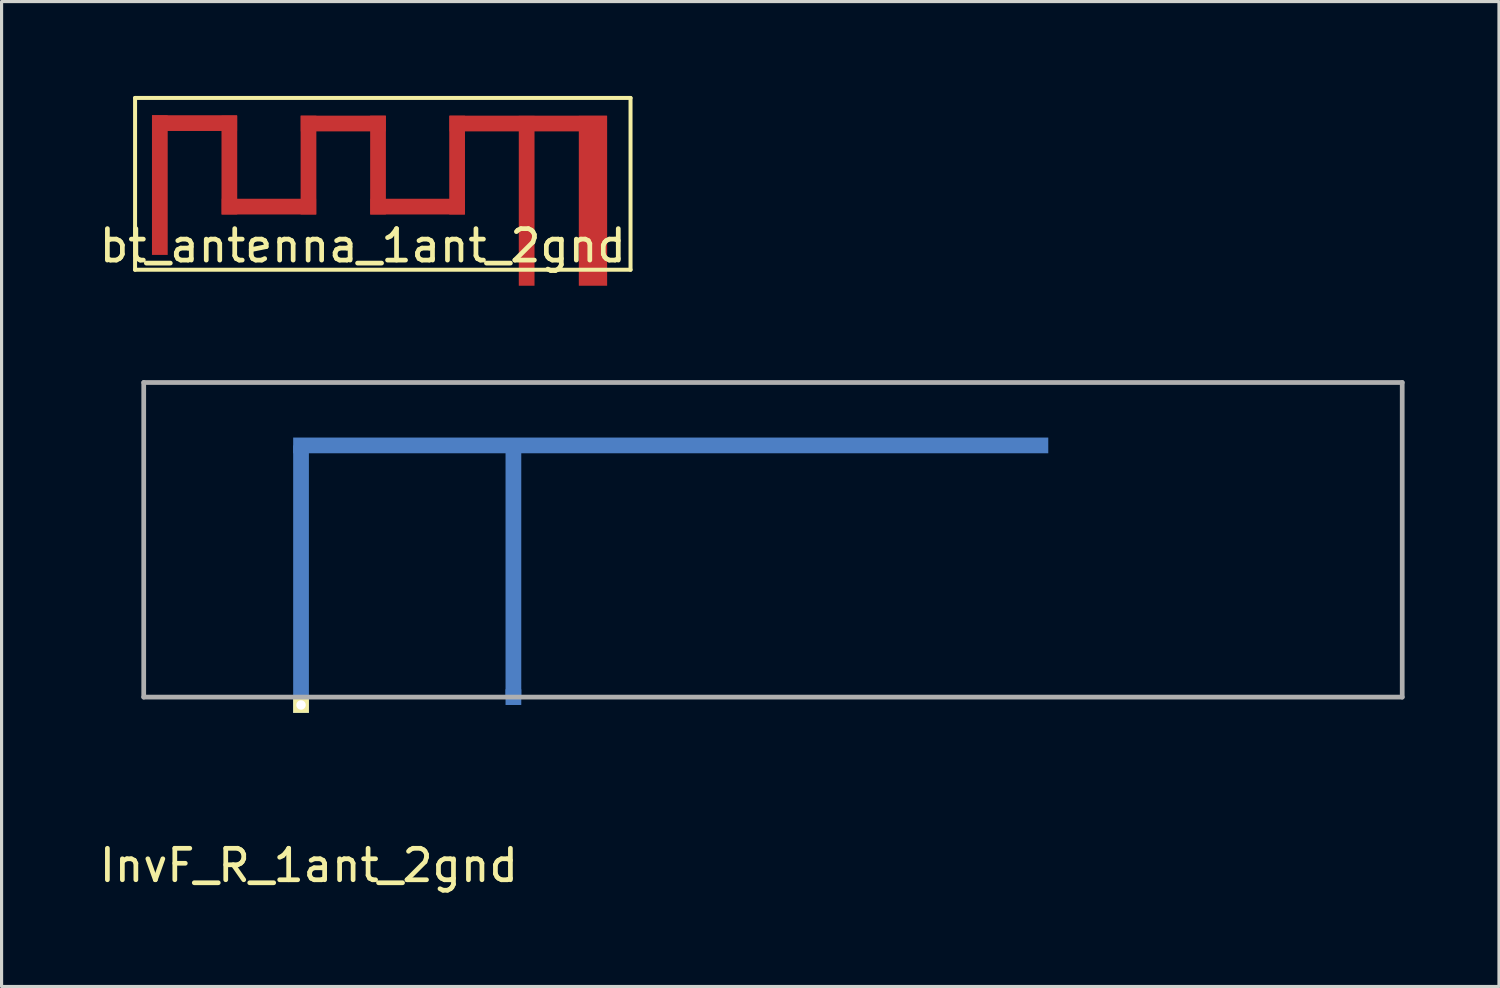
<source format=kicad_pcb>
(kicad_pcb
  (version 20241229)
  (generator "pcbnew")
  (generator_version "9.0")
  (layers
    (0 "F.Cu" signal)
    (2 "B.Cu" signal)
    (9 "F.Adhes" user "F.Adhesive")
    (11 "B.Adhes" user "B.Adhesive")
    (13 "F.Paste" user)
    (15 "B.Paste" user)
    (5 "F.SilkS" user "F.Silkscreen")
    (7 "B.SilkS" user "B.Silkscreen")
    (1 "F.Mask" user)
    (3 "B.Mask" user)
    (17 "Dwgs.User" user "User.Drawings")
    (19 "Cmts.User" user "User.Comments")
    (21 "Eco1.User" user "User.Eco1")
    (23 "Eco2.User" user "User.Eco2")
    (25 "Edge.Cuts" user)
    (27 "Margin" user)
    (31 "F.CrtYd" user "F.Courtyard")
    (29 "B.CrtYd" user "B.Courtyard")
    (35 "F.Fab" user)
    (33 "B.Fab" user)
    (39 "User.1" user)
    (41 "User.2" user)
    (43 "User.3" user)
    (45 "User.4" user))
  (footprint "InvF_R_1ant_2gnd"
    (layer "F.Cu")
    (at 6.518 19.107)
    (property "Reference" "InvF_R_1ant_2gnd" (at 0.25 5.35 0) (layer "F.SilkS") (effects (font (size 1 1) (thickness 0.15))))
    (attr exclude_from_pos_files exclude_from_bom)
    (fp_line (start -5 -10) (end 35 -10) (stroke (width 0.15) (type solid)) (layer "F.Fab"))
    (fp_line (start -5 0) (end -5 -10) (stroke (width 0.15) (type solid)) (layer "F.Fab"))
    (fp_line (start -5 0) (end 35 0) (stroke (width 0.15) (type solid)) (layer "F.Fab"))
    (fp_line (start 35 -10) (end 35 0) (stroke (width 0.15) (type solid)) (layer "F.Fab"))
    (pad "0" smd rect (at 11.75 -8) (size 24 0.5) (layers "B.Cu"))
    (pad "1" smd rect (at 6.75 -4) (size 0.5 8) (layers "B.Cu"))
    (pad "1" smd rect (at 6.75 0) (size 0.5 0.5) (layers "F.Mask" "B.Cu"))
    (pad "2" smd rect (at 0 -3.75) (size 0.5 8.5) (layers "B.Cu"))
    (pad "2" thru_hole rect (at 0 0.25) (size 0.5 0.5) (drill 0.3) (layers "*.Cu" "*.Mask" "F.SilkS")))
  (footprint "bt_antenna_1ant_2gnd"
    (layer "F.Cu")
    (at 16.229 5.524)
    (property "Reference" "bt_antenna_1ant_2gnd" (at -7.747 -0.762 0) (layer "F.SilkS") (effects (font (size 1 1) (thickness 0.15))))
    (attr exclude_from_pos_files exclude_from_bom)
    (fp_line (start -14.986 -5.461) (end 0.762 -5.461) (stroke (width 0.127) (type solid)) (layer "F.SilkS"))
    (fp_line (start -14.986 0) (end -14.986 -5.461) (stroke (width 0.127) (type solid)) (layer "F.SilkS"))
    (fp_line (start 0.762 -5.461) (end 0.762 0) (stroke (width 0.127) (type solid)) (layer "F.SilkS"))
    (fp_line (start 0.762 0) (end -14.986 0) (stroke (width 0.127) (type solid)) (layer "F.SilkS"))
    (pad "0" smd rect (at -14.199 -2.692) (size 0.5 4.44) (layers "F.Cu"))
    (pad "0" smd rect (at -13.094 -4.661 90) (size 0.5 2.7) (layers "F.Cu"))
    (pad "0" smd rect (at -11.989 -3.327) (size 0.5 3.14) (layers "F.Cu"))
    (pad "0" smd rect (at -10.732 -2.007 90) (size 0.5 3) (layers "F.Cu"))
    (pad "0" smd rect (at -9.474 -3.327) (size 0.5 3.14) (layers "F.Cu"))
    (pad "0" smd rect (at -8.369 -4.648 90) (size 0.5 2.7) (layers "F.Cu"))
    (pad "0" smd rect (at -7.264 -3.327) (size 0.5 3.14) (layers "F.Cu"))
    (pad "0" smd rect (at -6.007 -2.007 90) (size 0.5 3) (layers "F.Cu"))
    (pad "0" smd rect (at -4.75 -3.327) (size 0.5 3.14) (layers "F.Cu"))
    (pad "0" smd rect (at -2.489 -4.648 90) (size 0.5 5) (layers "F.Cu"))
    (pad "1" smd rect (at -2.54 -2.192) (size 0.5 5.4) (layers "F.Cu"))
    (pad "2" smd rect (at -0.432 -2.192) (size 0.9 5.4) (layers "F.Cu")))
  (gr_rect
    (start -3 -3)
    (end 44.593 28.305)
    (stroke (width 0.1) (type default))
    (fill no)
    (layer "Edge.Cuts")))
</source>
